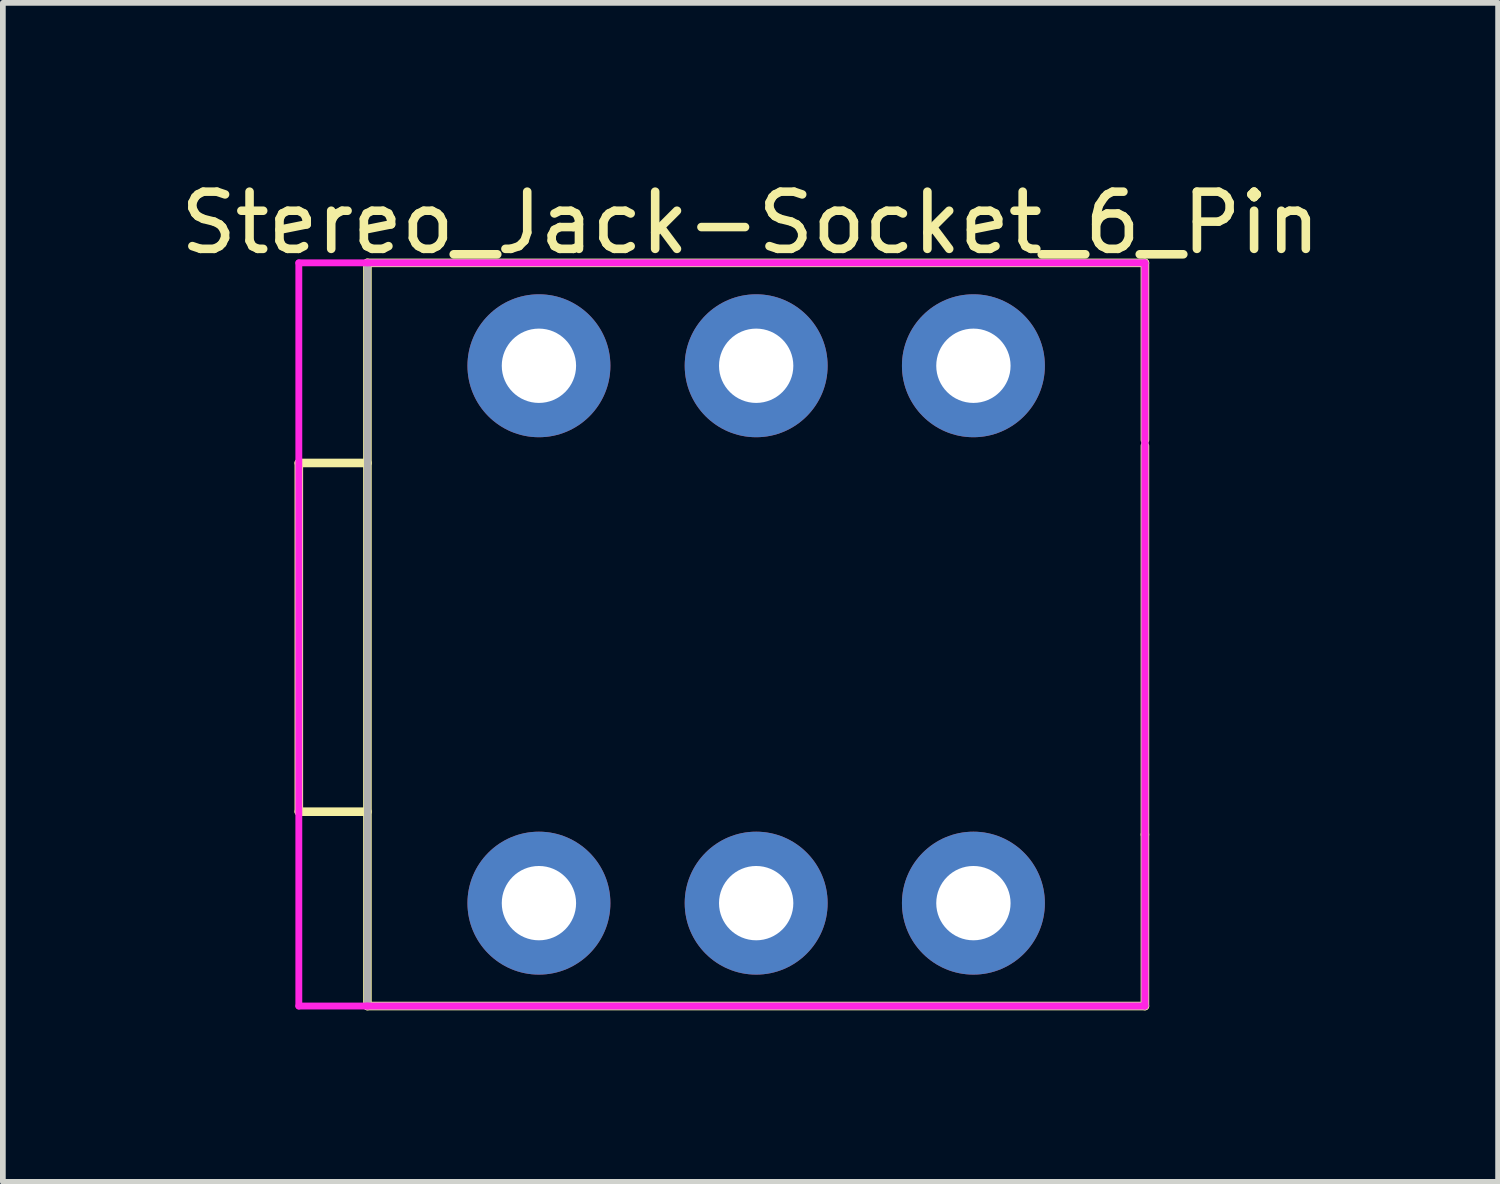
<source format=kicad_pcb>
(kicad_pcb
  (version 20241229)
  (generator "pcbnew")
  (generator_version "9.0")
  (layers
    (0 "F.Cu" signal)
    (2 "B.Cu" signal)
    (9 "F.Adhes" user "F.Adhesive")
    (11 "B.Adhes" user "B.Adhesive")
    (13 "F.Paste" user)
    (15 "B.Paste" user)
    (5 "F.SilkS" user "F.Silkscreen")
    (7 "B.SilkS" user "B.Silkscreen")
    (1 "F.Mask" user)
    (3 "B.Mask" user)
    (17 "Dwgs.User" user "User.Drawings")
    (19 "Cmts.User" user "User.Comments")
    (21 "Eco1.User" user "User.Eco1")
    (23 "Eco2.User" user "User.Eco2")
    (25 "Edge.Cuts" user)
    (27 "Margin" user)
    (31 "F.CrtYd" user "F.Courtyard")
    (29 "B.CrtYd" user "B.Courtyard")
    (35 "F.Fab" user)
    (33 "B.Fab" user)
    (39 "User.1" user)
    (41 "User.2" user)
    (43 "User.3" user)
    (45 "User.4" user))
  (footprint "Stereo_Jack-Socket_6_Pin"
    (layer "F.Cu")
    (at 10.177 8.048)
    (property "Reference" "Stereo_Jack-Socket_6_Pin" (at -0.1 -7.2 180) (layer "F.SilkS") (effects (font (size 1 1) (thickness 0.15))))
    (attr through_hole)
    (fp_line (start -8 -3) (end -8 3.1) (stroke (width 0.15) (type solid)) (layer "F.SilkS"))
    (fp_line (start -8 3.1) (end -6.8 3.1) (stroke (width 0.15) (type solid)) (layer "F.SilkS"))
    (fp_line (start -6.8 -6.5) (end -6.8 6.5) (stroke (width 0.15) (type solid)) (layer "F.SilkS"))
    (fp_line (start -6.8 -6.5) (end 6.8 -6.5) (stroke (width 0.15) (type solid)) (layer "F.SilkS"))
    (fp_line (start -6.8 -3) (end -8 -3) (stroke (width 0.15) (type solid)) (layer "F.SilkS"))
    (fp_line (start -6.8 6.5) (end 6.8 6.5) (stroke (width 0.15) (type solid)) (layer "F.SilkS"))
    (fp_line (start 6.8 -6.5) (end 6.8 -3.4) (stroke (width 0.15) (type solid)) (layer "F.SilkS"))
    (fp_line (start 6.8 -3.3) (end 6.8 3.5) (stroke (width 0.15) (type solid)) (layer "F.SilkS"))
    (fp_line (start 6.8 6.5) (end 6.8 3.5) (stroke (width 0.15) (type solid)) (layer "F.SilkS"))
    (fp_line (start -8 -6.5) (end -8 6.5) (stroke (width 0.12) (type solid)) (layer "F.CrtYd"))
    (fp_line (start -6.8 -6.5) (end -8 -6.5) (stroke (width 0.12) (type solid)) (layer "F.CrtYd"))
    (fp_line (start -6.8 -6.5) (end 6.8 -6.5) (stroke (width 0.12) (type solid)) (layer "F.CrtYd"))
    (fp_line (start -6.8 6.5) (end -8 6.5) (stroke (width 0.12) (type solid)) (layer "F.CrtYd"))
    (fp_line (start -6.8 6.5) (end 6.8 6.5) (stroke (width 0.12) (type solid)) (layer "F.CrtYd"))
    (fp_line (start 6.8 -6.5) (end 6.8 6.5) (stroke (width 0.12) (type solid)) (layer "F.CrtYd"))
    (fp_line (start -6.8 -6.5) (end 6.8 -6.5) (stroke (width 0.12) (type solid)) (layer "F.Fab"))
    (fp_line (start -6.8 6.5) (end -6.8 -6.5) (stroke (width 0.12) (type solid)) (layer "F.Fab"))
    (fp_line (start 6.8 -6.5) (end 6.8 6.5) (stroke (width 0.12) (type solid)) (layer "F.Fab"))
    (fp_line (start 6.8 6.5) (end -6.8 6.5) (stroke (width 0.12) (type solid)) (layer "F.Fab"))
    (pad "R" thru_hole circle (at 0 -4.7) (size 2.5 2.5) (drill 1.3) (layers "*.Cu" "*.Mask"))
    (pad "RN" thru_hole circle (at 0 4.7) (size 2.5 2.5) (drill 1.3) (layers "*.Cu" "*.Mask"))
    (pad "S" thru_hole circle (at -3.8 -4.7) (size 2.5 2.5) (drill 1.3) (layers "*.Cu" "*.Mask"))
    (pad "SN" thru_hole circle (at -3.8 4.7) (size 2.5 2.5) (drill 1.3) (layers "*.Cu" "*.Mask"))
    (pad "T" thru_hole circle (at 3.8 -4.7) (size 2.5 2.5) (drill 1.3) (layers "*.Cu" "*.Mask"))
    (pad "TN" thru_hole circle (at 3.8 4.7) (size 2.5 2.5) (drill 1.3) (layers "*.Cu" "*.Mask")))
  (gr_rect
    (start -3 -3)
    (end 23.155 17.623)
    (stroke (width 0.1) (type default))
    (fill no)
    (layer "Edge.Cuts")))
</source>
